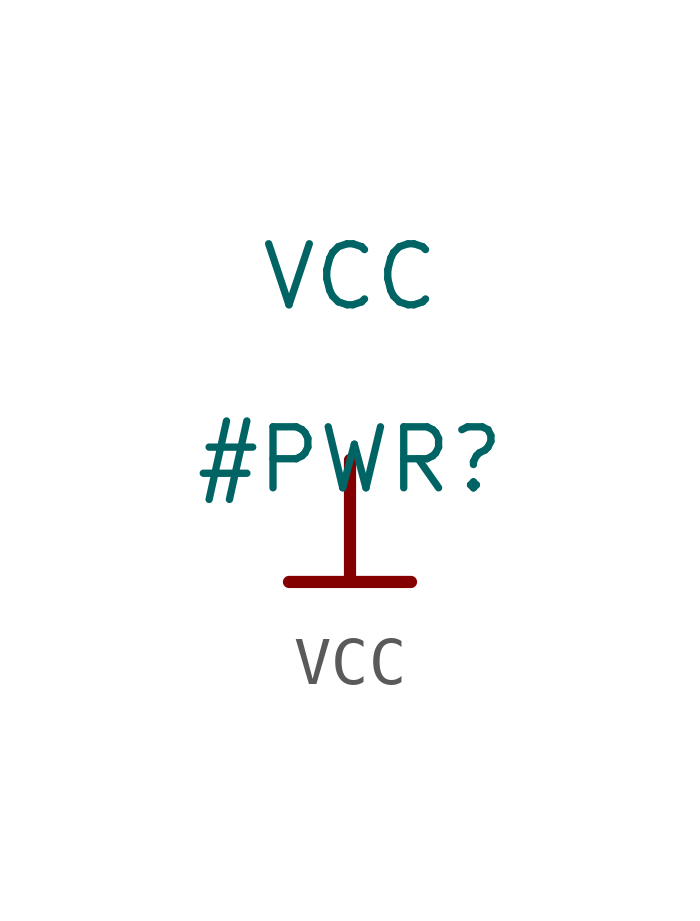
<source format=kicad_sym>
(kicad_symbol_lib
  (version 20211014)
  (generator kicad_symbol_editor)
  (symbol "VCC"
    (power)
    (property "Reference" "#PWR"
      (at 0 0 0)
      (effects (font (size 1.27 1.27))))
    (property "Value" "VCC"
      (at 0 3.81 0)
      (effects (font (size 1.27 1.27))))
    (symbol "VCC_0_0"
      (polyline (pts (xy -1.27 -2.54) (xy 1.27 -2.54)) (stroke (width 0.254) (type default) (color 0 0 0 0)) (fill (type none)))
      (polyline (pts (xy 0 0) (xy 0 -2.54)) (stroke (width 0.254) (type default) (color 0 0 0 0)) (fill (type none)))
      (pin power_in line (at 0 0 0) (length 0) hide (name "VCC" (effects (font (size 1.27 1.27)))) (number "" (effects (font (size 1.27 1.27))))))))
</source>
